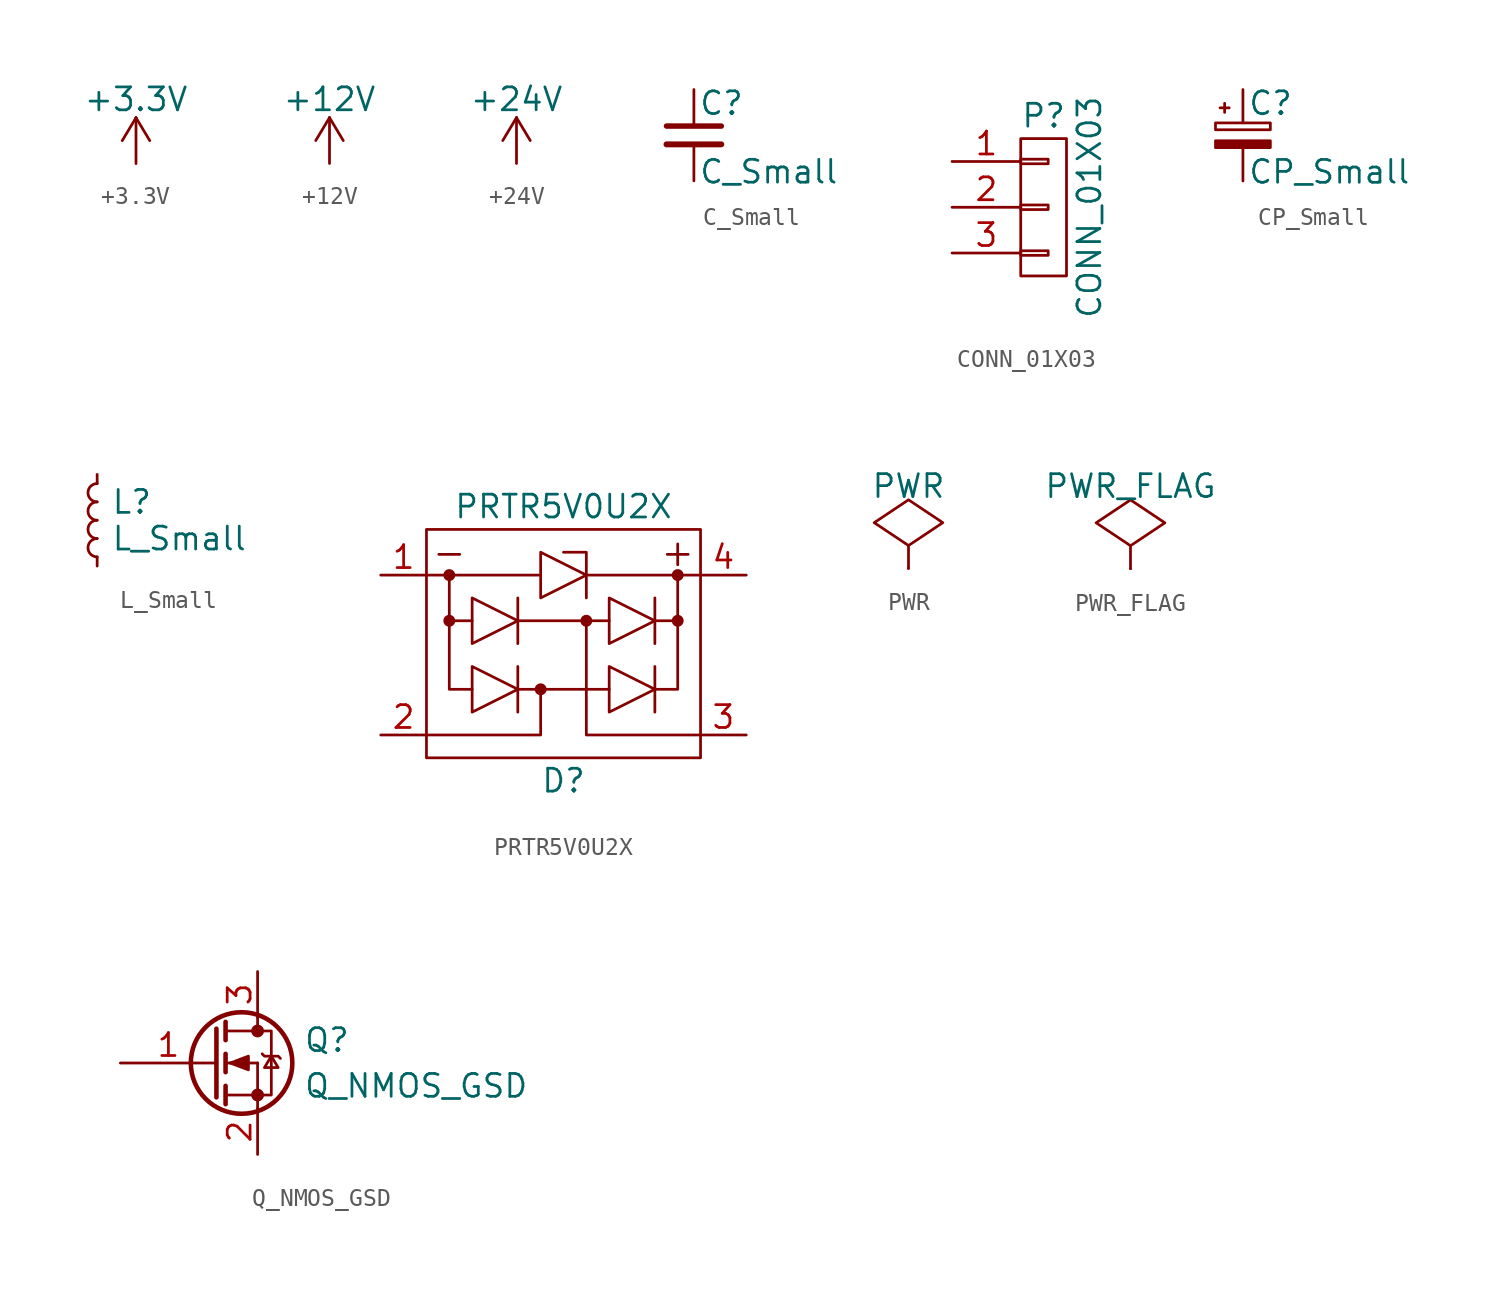
<source format=kicad_sym>
(kicad_symbol_lib
  (version 20231120)
  (generator "kicad_symbol_editor")
  (generator_version "8.0")
  (symbol "+3.3V"
    (power)
    (pin_names
      (offset 0))
    (property "Reference" "#PWR"
      (at 0 -3.81 0)
      (effects (font (size 1.27 1.27)) (hide yes)))
    (property "Value" "+3.3V"
      (at 0 3.556 0)
      (effects (font (size 1.27 1.27))))
    (property "Footprint" ""
      (at 0 0 0)
      (effects (font (size 1.27 1.27))))
    (property "Datasheet" ""
      (at 0 0 0)
      (effects (font (size 1.27 1.27))))
    (symbol "+3.3V_0_1"
      (polyline (pts (xy -0.762 1.27) (xy 0 2.54)) (stroke (width 0) (type solid)) (fill (type none)))
      (polyline (pts (xy 0 0) (xy 0 2.54)) (stroke (width 0) (type solid)) (fill (type none)))
      (polyline (pts (xy 0 2.54) (xy 0.762 1.27)) (stroke (width 0) (type solid)) (fill (type none))))
    (symbol "+3.3V_1_1"
      (pin power_in line (at 0 0 90) (length 0) hide (name "+3V3" (effects (font (size 1.27 1.27)))) (number "1" (effects (font (size 1.27 1.27)))))))
  (symbol "+12V"
    (power)
    (pin_names
      (offset 0))
    (property "Reference" "#PWR"
      (at 0 -3.81 0)
      (effects (font (size 1.27 1.27)) (hide yes)))
    (property "Value" "+12V"
      (at 0 3.556 0)
      (effects (font (size 1.27 1.27))))
    (property "Footprint" ""
      (at 0 0 0)
      (effects (font (size 1.27 1.27))))
    (property "Datasheet" ""
      (at 0 0 0)
      (effects (font (size 1.27 1.27))))
    (symbol "+12V_0_1"
      (polyline (pts (xy -0.762 1.27) (xy 0 2.54)) (stroke (width 0) (type solid)) (fill (type none)))
      (polyline (pts (xy 0 0) (xy 0 2.54)) (stroke (width 0) (type solid)) (fill (type none)))
      (polyline (pts (xy 0 2.54) (xy 0.762 1.27)) (stroke (width 0) (type solid)) (fill (type none))))
    (symbol "+12V_1_1"
      (pin power_in line (at 0 0 90) (length 0) hide (name "+12V" (effects (font (size 1.27 1.27)))) (number "1" (effects (font (size 1.27 1.27)))))))
  (symbol "+24V"
    (power)
    (pin_names
      (offset 0))
    (property "Reference" "#PWR"
      (at 0 -3.81 0)
      (effects (font (size 1.27 1.27)) (hide yes)))
    (property "Value" "+24V"
      (at 0 3.556 0)
      (effects (font (size 1.27 1.27))))
    (property "Footprint" ""
      (at 0 0 0)
      (effects (font (size 1.27 1.27))))
    (property "Datasheet" ""
      (at 0 0 0)
      (effects (font (size 1.27 1.27))))
    (symbol "+24V_0_1"
      (polyline (pts (xy -0.762 1.27) (xy 0 2.54)) (stroke (width 0) (type solid)) (fill (type none)))
      (polyline (pts (xy 0 0) (xy 0 2.54)) (stroke (width 0) (type solid)) (fill (type none)))
      (polyline (pts (xy 0 2.54) (xy 0.762 1.27)) (stroke (width 0) (type solid)) (fill (type none))))
    (symbol "+24V_1_1"
      (pin power_in line (at 0 0 90) (length 0) hide (name "+24V" (effects (font (size 1.27 1.27)))) (number "1" (effects (font (size 1.27 1.27)))))))
  (symbol "C_Small"
    (pin_numbers hide)
    (pin_names
      (offset 0.254) hide)
    (property "Reference" "C"
      (at 0.254 1.778 0)
      (effects (font (size 1.27 1.27)) (justify left)))
    (property "Value" "C_Small"
      (at 0.254 -2.032 0)
      (effects (font (size 1.27 1.27)) (justify left)))
    (property "Footprint" ""
      (at 0 0 0)
      (effects (font (size 1.27 1.27))))
    (property "Datasheet" ""
      (at 0 0 0)
      (effects (font (size 1.27 1.27))))
    (symbol "C_Small_0_1"
      (polyline (pts (xy -1.524 -0.508) (xy 1.524 -0.508)) (stroke (width 0.33) (type solid)) (fill (type none)))
      (polyline (pts (xy -1.524 0.508) (xy 1.524 0.508)) (stroke (width 0.305) (type solid)) (fill (type none))))
    (symbol "C_Small_1_1"
      (pin passive line (at 0 2.54 270) (length 2.032) (name "~" (effects (font (size 1.27 1.27)))) (number "1" (effects (font (size 1.27 1.27)))))
      (pin passive line (at 0 -2.54 90) (length 2.032) (name "~" (effects (font (size 1.27 1.27)))) (number "2" (effects (font (size 1.27 1.27)))))))
  (symbol "CONN_01X03"
    (pin_names
      (offset 1.016) hide)
    (property "Reference" "P"
      (at 0 5.08 0)
      (effects (font (size 1.27 1.27))))
    (property "Value" "CONN_01X03"
      (at 2.54 0 90)
      (effects (font (size 1.27 1.27))))
    (property "Footprint" ""
      (at 0 0 0)
      (effects (font (size 1.27 1.27))))
    (property "Datasheet" ""
      (at 0 0 0)
      (effects (font (size 1.27 1.27))))
    (symbol "CONN_01X03_0_1"
      (rectangle (start -1.27 -2.413) (end 0.254 -2.667) (stroke (width 0) (type solid)) (fill (type none)))
      (rectangle (start -1.27 0.127) (end 0.254 -0.127) (stroke (width 0) (type solid)) (fill (type none)))
      (rectangle (start -1.27 2.667) (end 0.254 2.413) (stroke (width 0) (type solid)) (fill (type none)))
      (rectangle (start -1.27 3.81) (end 1.27 -3.81) (stroke (width 0) (type solid)) (fill (type none))))
    (symbol "CONN_01X03_1_1"
      (pin passive line (at -5.08 2.54 0) (length 3.81) (name "P1" (effects (font (size 1.27 1.27)))) (number "1" (effects (font (size 1.27 1.27)))))
      (pin passive line (at -5.08 0 0) (length 3.81) (name "P2" (effects (font (size 1.27 1.27)))) (number "2" (effects (font (size 1.27 1.27)))))
      (pin passive line (at -5.08 -2.54 0) (length 3.81) (name "P3" (effects (font (size 1.27 1.27)))) (number "3" (effects (font (size 1.27 1.27)))))))
  (symbol "CP_Small"
    (pin_numbers hide)
    (pin_names
      (offset 0.254) hide)
    (property "Reference" "C"
      (at 0.254 1.778 0)
      (effects (font (size 1.27 1.27)) (justify left)))
    (property "Value" "CP_Small"
      (at 0.254 -2.032 0)
      (effects (font (size 1.27 1.27)) (justify left)))
    (property "Footprint" ""
      (at 0 0 0)
      (effects (font (size 1.27 1.27))))
    (property "Datasheet" ""
      (at 0 0 0)
      (effects (font (size 1.27 1.27))))
    (symbol "CP_Small_0_1"
      (rectangle (start -1.524 -0.305) (end 1.524 -0.686) (stroke (width 0) (type solid)) (fill (type outline)))
      (rectangle (start -1.524 0.686) (end 1.524 0.305) (stroke (width 0) (type solid)) (fill (type none)))
      (polyline (pts (xy -1.27 1.524) (xy -0.762 1.524)) (stroke (width 0) (type solid)) (fill (type none)))
      (polyline (pts (xy -1.016 1.27) (xy -1.016 1.778)) (stroke (width 0) (type solid)) (fill (type none))))
    (symbol "CP_Small_1_1"
      (pin passive line (at 0 2.54 270) (length 1.854) (name "~" (effects (font (size 1.27 1.27)))) (number "1" (effects (font (size 1.27 1.27)))))
      (pin passive line (at 0 -2.54 90) (length 1.854) (name "~" (effects (font (size 1.27 1.27)))) (number "2" (effects (font (size 1.27 1.27)))))))
  (symbol "L_Small"
    (pin_numbers hide)
    (pin_names
      (offset 0.254) hide)
    (property "Reference" "L"
      (at 0.762 1.016 0)
      (effects (font (size 1.27 1.27)) (justify left)))
    (property "Value" "L_Small"
      (at 0.762 -1.016 0)
      (effects (font (size 1.27 1.27)) (justify left)))
    (property "Footprint" ""
      (at 0 0 0)
      (effects (font (size 1.27 1.27))))
    (property "Datasheet" ""
      (at 0 0 0)
      (effects (font (size 1.27 1.27))))
    (symbol "L_Small_0_1"
      (arc (start 0 -1.016) (mid -0.508 -1.524) (end 0 -2.032) (stroke (width 0) (type solid)) (fill (type none)))
      (arc (start 0 0) (mid -0.508 -0.508) (end 0 -1.016) (stroke (width 0) (type solid)) (fill (type none)))
      (arc (start 0 1.016) (mid -0.508 0.508) (end 0 0) (stroke (width 0) (type solid)) (fill (type none)))
      (arc (start 0 2.032) (mid -0.508 1.524) (end 0 1.016) (stroke (width 0) (type solid)) (fill (type none))))
    (symbol "L_Small_1_1"
      (pin passive line (at 0 2.54 270) (length 0.508) (name "~" (effects (font (size 1.27 1.27)))) (number "1" (effects (font (size 1.27 1.27)))))
      (pin passive line (at 0 -2.54 90) (length 0.508) (name "~" (effects (font (size 1.27 1.27)))) (number "2" (effects (font (size 1.27 1.27)))))))
  (symbol "PRTR5V0U2X"
    (pin_names
      (offset 1.27))
    (property "Reference" "D"
      (at 0 -7.62 0)
      (effects (font (size 1.27 1.27))))
    (property "Value" "PRTR5V0U2X"
      (at 0 7.62 0)
      (effects (font (size 1.27 1.27))))
    (property "Footprint" ""
      (at 0 3.81 0)
      (effects (font (size 1.27 1.27))))
    (property "Datasheet" ""
      (at 0 3.81 0)
      (effects (font (size 1.27 1.27))))
    (symbol "PRTR5V0U2X_0_0"
      (text "+" (at 6.35 5.08 0) (effects (font (size 1.524 1.524))))
      (text "-" (at -6.35 5.08 0) (effects (font (size 1.524 1.524)))))
    (symbol "PRTR5V0U2X_0_1"
      (rectangle (start -7.62 6.35) (end 7.62 -6.35) (stroke (width 0) (type solid)) (fill (type none)))
      (circle (center -6.35 1.27) (radius 0.254) (stroke (width 0) (type solid)) (fill (type outline)))
      (circle (center -6.35 3.81) (radius 0.254) (stroke (width 0) (type solid)) (fill (type outline)))
      (circle (center -1.27 -2.54) (radius 0.254) (stroke (width 0) (type solid)) (fill (type outline)))
      (polyline (pts (xy -6.35 1.27) (xy -6.35 3.81)) (stroke (width 0) (type solid)) (fill (type none)))
      (polyline (pts (xy -6.35 1.27) (xy -5.08 1.27)) (stroke (width 0) (type solid)) (fill (type none)))
      (polyline (pts (xy -2.54 -2.54) (xy 2.54 -2.54)) (stroke (width 0) (type solid)) (fill (type none)))
      (polyline (pts (xy -2.54 -1.27) (xy -2.54 -3.81)) (stroke (width 0) (type solid)) (fill (type none)))
      (polyline (pts (xy -2.54 1.27) (xy 2.54 1.27)) (stroke (width 0) (type solid)) (fill (type none)))
      (polyline (pts (xy -2.54 2.54) (xy -2.54 0)) (stroke (width 0) (type solid)) (fill (type none)))
      (polyline (pts (xy -1.27 3.81) (xy -7.62 3.81)) (stroke (width 0) (type solid)) (fill (type none)))
      (polyline (pts (xy 1.27 3.81) (xy 7.62 3.81)) (stroke (width 0) (type solid)) (fill (type outline)))
      (polyline (pts (xy 5.08 -1.27) (xy 5.08 -3.81)) (stroke (width 0) (type solid)) (fill (type none)))
      (polyline (pts (xy 5.08 1.27) (xy 6.35 1.27)) (stroke (width 0) (type solid)) (fill (type none)))
      (polyline (pts (xy 5.08 2.54) (xy 5.08 0)) (stroke (width 0) (type solid)) (fill (type none)))
      (polyline (pts (xy 6.35 1.27) (xy 6.35 3.81)) (stroke (width 0) (type solid)) (fill (type none)))
      (polyline (pts (xy -7.62 -5.08) (xy -1.27 -5.08) (xy -1.27 -2.54)) (stroke (width 0) (type solid)) (fill (type none)))
      (polyline (pts (xy -6.35 1.27) (xy -6.35 -2.54) (xy -5.08 -2.54)) (stroke (width 0) (type solid)) (fill (type none)))
      (polyline (pts (xy 1.27 1.27) (xy 1.27 -5.08) (xy 7.62 -5.08)) (stroke (width 0) (type solid)) (fill (type none)))
      (polyline (pts (xy 1.27 2.54) (xy 1.27 5.08) (xy 0 5.08)) (stroke (width 0) (type solid)) (fill (type none)))
      (polyline (pts (xy 6.35 1.27) (xy 6.35 -2.54) (xy 5.08 -2.54)) (stroke (width 0) (type solid)) (fill (type none)))
      (polyline (pts (xy -5.08 -1.27) (xy -5.08 -3.81) (xy -2.54 -2.54) (xy -5.08 -1.27)) (stroke (width 0) (type solid)) (fill (type none)))
      (polyline (pts (xy -5.08 2.54) (xy -5.08 0) (xy -2.54 1.27) (xy -5.08 2.54)) (stroke (width 0) (type solid)) (fill (type none)))
      (polyline (pts (xy 1.27 3.81) (xy -1.27 5.08) (xy -1.27 2.54) (xy 1.27 3.81)) (stroke (width 0) (type solid)) (fill (type none)))
      (polyline (pts (xy 2.54 -1.27) (xy 5.08 -2.54) (xy 2.54 -3.81) (xy 2.54 -1.27)) (stroke (width 0) (type solid)) (fill (type none)))
      (polyline (pts (xy 2.54 2.54) (xy 5.08 1.27) (xy 2.54 0) (xy 2.54 2.54)) (stroke (width 0) (type solid)) (fill (type none)))
      (circle (center 1.27 1.27) (radius 0.254) (stroke (width 0) (type solid)) (fill (type outline)))
      (circle (center 6.35 1.27) (radius 0.254) (stroke (width 0) (type solid)) (fill (type outline)))
      (circle (center 6.35 3.81) (radius 0.254) (stroke (width 0) (type solid)) (fill (type outline))))
    (symbol "PRTR5V0U2X_1_1"
      (pin input line (at -10.16 3.81 0) (length 2.54) (name "~" (effects (font (size 1.27 1.27)))) (number "1" (effects (font (size 1.27 1.27)))))
      (pin input line (at -10.16 -5.08 0) (length 2.54) (name "~" (effects (font (size 1.27 1.27)))) (number "2" (effects (font (size 1.27 1.27)))))
      (pin input line (at 10.16 -5.08 180) (length 2.54) (name "~" (effects (font (size 1.27 1.27)))) (number "3" (effects (font (size 1.27 1.27)))))
      (pin input line (at 10.16 3.81 180) (length 2.54) (name "~" (effects (font (size 1.27 1.27)))) (number "4" (effects (font (size 1.27 1.27)))))))
  (symbol "PWR"
    (power)
    (pin_numbers hide)
    (pin_names
      (offset 0) hide)
    (property "Reference" "#FLG"
      (at 0 2.413 0)
      (effects (font (size 1.27 1.27)) (hide yes)))
    (property "Value" "PWR"
      (at 0 4.572 0)
      (effects (font (size 1.27 1.27))))
    (property "Footprint" ""
      (at 0 0 0)
      (effects (font (size 1.27 1.27))))
    (property "Datasheet" ""
      (at 0 0 0)
      (effects (font (size 1.27 1.27))))
    (symbol "PWR_0_0"
      (pin power_out line (at 0 0 90) (length 0) (name "pwr" (effects (font (size 0.508 0.508)))) (number "1" (effects (font (size 0.508 0.508))))))
    (symbol "PWR_0_1"
      (polyline (pts (xy 0 0) (xy 0 1.27) (xy -1.905 2.54) (xy 0 3.81) (xy 1.905 2.54) (xy 0 1.27)) (stroke (width 0) (type solid)) (fill (type none)))))
  (symbol "PWR_FLAG"
    (power)
    (pin_numbers hide)
    (pin_names
      (offset 0) hide)
    (property "Reference" "#FLG"
      (at 0 2.413 0)
      (effects (font (size 1.27 1.27)) (hide yes)))
    (property "Value" "PWR_FLAG"
      (at 0 4.572 0)
      (effects (font (size 1.27 1.27))))
    (property "Footprint" ""
      (at 0 0 0)
      (effects (font (size 1.27 1.27))))
    (property "Datasheet" ""
      (at 0 0 0)
      (effects (font (size 1.27 1.27))))
    (symbol "PWR_FLAG_0_0"
      (pin power_out line (at 0 0 90) (length 0) (name "pwr" (effects (font (size 1.27 1.27)))) (number "1" (effects (font (size 1.27 1.27))))))
    (symbol "PWR_FLAG_0_1"
      (polyline (pts (xy 0 0) (xy 0 1.27) (xy -1.905 2.54) (xy 0 3.81) (xy 1.905 2.54) (xy 0 1.27)) (stroke (width 0) (type solid)) (fill (type none)))))
  (symbol "Q_NMOS_GSD"
    (pin_names
      (offset 0) hide)
    (property "Reference" "Q"
      (at 5.08 1.27 0)
      (effects (font (size 1.27 1.27)) (justify left)))
    (property "Value" "Q_NMOS_GSD"
      (at 5.08 -1.27 0)
      (effects (font (size 1.27 1.27)) (justify left)))
    (property "Footprint" ""
      (at 5.08 2.54 0)
      (effects (font (size 1.27 1.27))))
    (property "Datasheet" ""
      (at 0 0 0)
      (effects (font (size 1.27 1.27))))
    (symbol "Q_NMOS_GSD_0_1"
      (polyline (pts (xy 0.762 -1.778) (xy 2.54 -1.778)) (stroke (width 0) (type solid)) (fill (type none)))
      (polyline (pts (xy 0.762 -1.27) (xy 0.762 -2.286)) (stroke (width 0.254) (type solid)) (fill (type none)))
      (polyline (pts (xy 0.762 0) (xy 2.54 0)) (stroke (width 0) (type solid)) (fill (type none)))
      (polyline (pts (xy 0.762 0.508) (xy 0.762 -0.508)) (stroke (width 0.254) (type solid)) (fill (type none)))
      (polyline (pts (xy 0.762 1.778) (xy 2.54 1.778)) (stroke (width 0) (type solid)) (fill (type none)))
      (polyline (pts (xy 0.762 2.286) (xy 0.762 1.27)) (stroke (width 0.254) (type solid)) (fill (type none)))
      (polyline (pts (xy 2.54 -1.778) (xy 2.54 -2.54)) (stroke (width 0) (type solid)) (fill (type none)))
      (polyline (pts (xy 2.54 -1.778) (xy 2.54 0)) (stroke (width 0) (type solid)) (fill (type none)))
      (polyline (pts (xy 2.54 2.54) (xy 2.54 1.778)) (stroke (width 0) (type solid)) (fill (type none)))
      (polyline (pts (xy 0.254 1.905) (xy 0.254 -1.905) (xy 0.254 -1.905)) (stroke (width 0.254) (type solid)) (fill (type none)))
      (polyline (pts (xy 1.016 0) (xy 2.032 0.381) (xy 2.032 -0.381) (xy 1.016 0)) (stroke (width 0) (type solid)) (fill (type outline)))
      (polyline (pts (xy 2.54 -1.778) (xy 3.302 -1.778) (xy 3.302 1.778) (xy 2.54 1.778)) (stroke (width 0) (type solid)) (fill (type none)))
      (polyline (pts (xy 2.794 0.508) (xy 2.921 0.381) (xy 3.683 0.381) (xy 3.81 0.254)) (stroke (width 0) (type solid)) (fill (type none)))
      (polyline (pts (xy 3.302 0.381) (xy 2.921 -0.254) (xy 3.683 -0.254) (xy 3.302 0.381)) (stroke (width 0) (type solid)) (fill (type none)))
      (circle (center 1.651 0) (radius 2.819) (stroke (width 0.254) (type solid)) (fill (type none)))
      (circle (center 2.54 -1.778) (radius 0.279) (stroke (width 0) (type solid)) (fill (type outline)))
      (circle (center 2.54 1.778) (radius 0.279) (stroke (width 0) (type solid)) (fill (type outline))))
    (symbol "Q_NMOS_GSD_1_1"
      (pin input line (at -5.08 0 0) (length 5.334) (name "G" (effects (font (size 1.27 1.27)))) (number "1" (effects (font (size 1.27 1.27)))))
      (pin passive line (at 2.54 -5.08 90) (length 2.54) (name "S" (effects (font (size 1.27 1.27)))) (number "2" (effects (font (size 1.27 1.27)))))
      (pin passive line (at 2.54 5.08 270) (length 2.54) (name "D" (effects (font (size 1.27 1.27)))) (number "3" (effects (font (size 1.27 1.27))))))))
</source>
